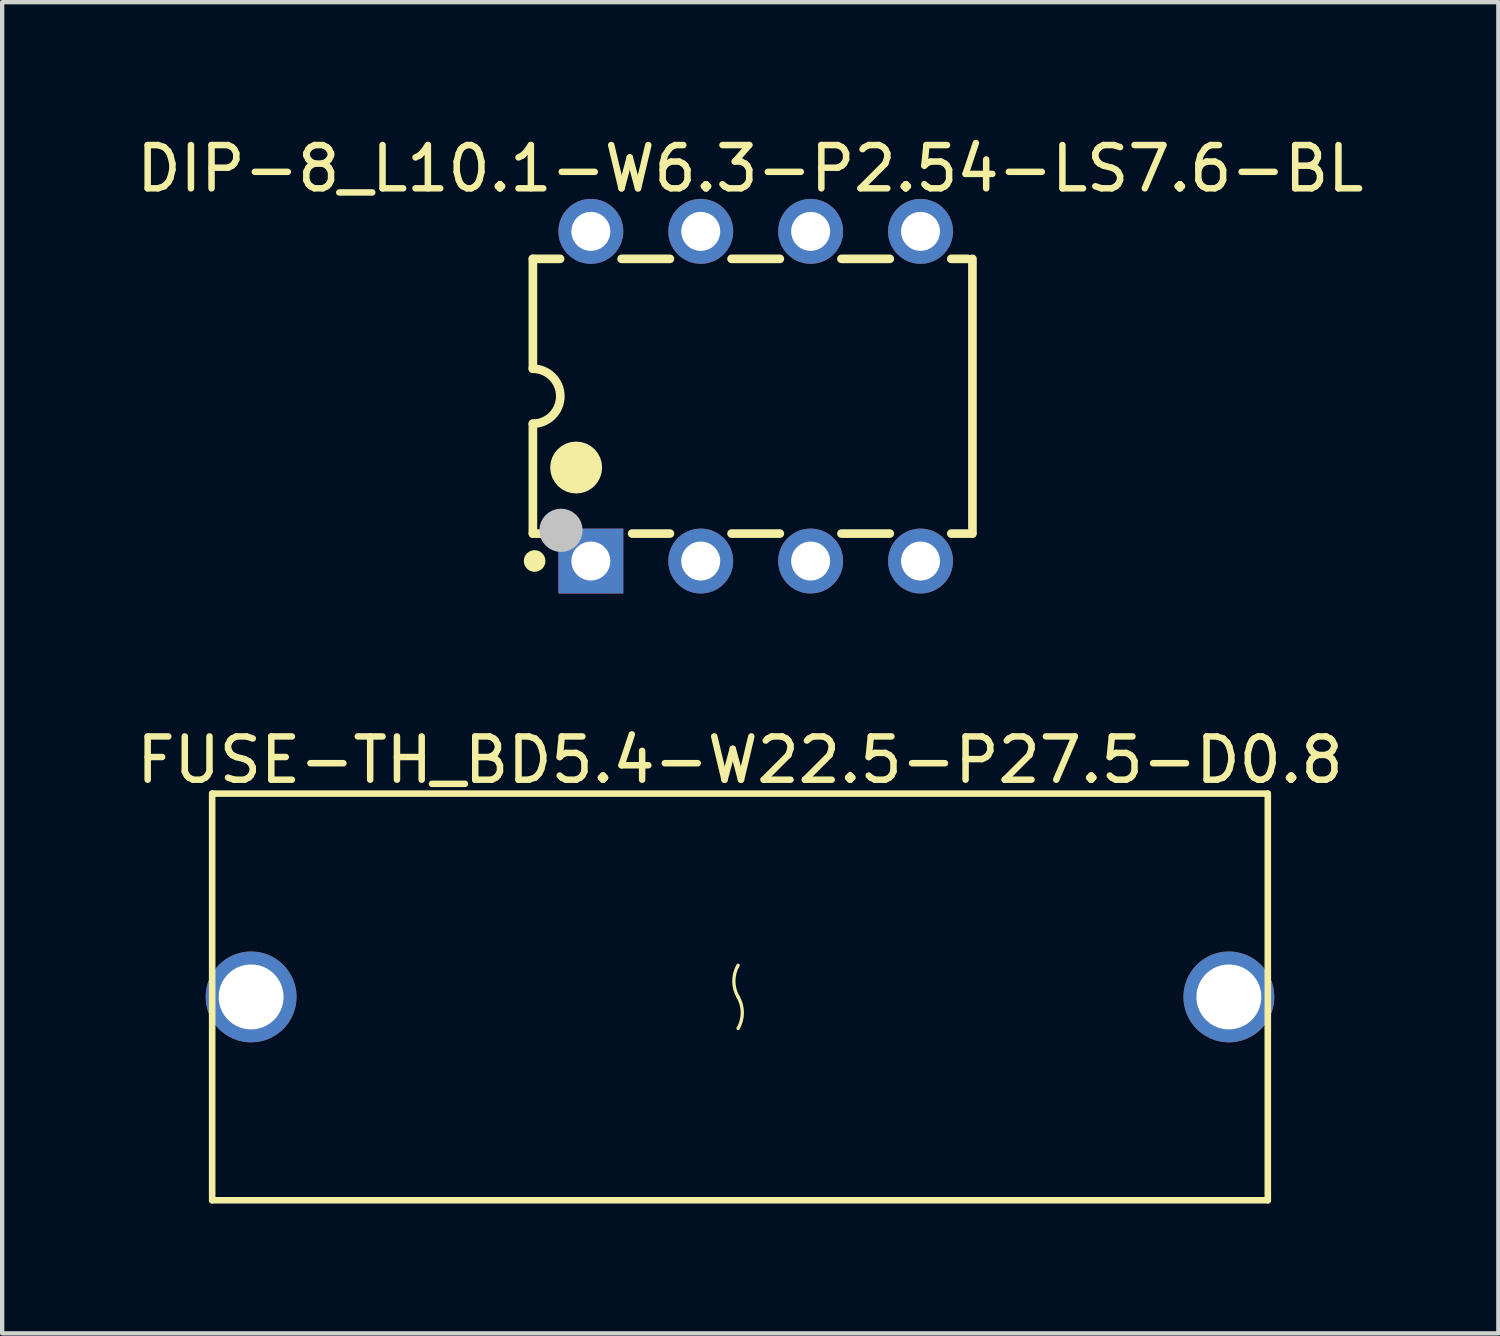
<source format=kicad_pcb>
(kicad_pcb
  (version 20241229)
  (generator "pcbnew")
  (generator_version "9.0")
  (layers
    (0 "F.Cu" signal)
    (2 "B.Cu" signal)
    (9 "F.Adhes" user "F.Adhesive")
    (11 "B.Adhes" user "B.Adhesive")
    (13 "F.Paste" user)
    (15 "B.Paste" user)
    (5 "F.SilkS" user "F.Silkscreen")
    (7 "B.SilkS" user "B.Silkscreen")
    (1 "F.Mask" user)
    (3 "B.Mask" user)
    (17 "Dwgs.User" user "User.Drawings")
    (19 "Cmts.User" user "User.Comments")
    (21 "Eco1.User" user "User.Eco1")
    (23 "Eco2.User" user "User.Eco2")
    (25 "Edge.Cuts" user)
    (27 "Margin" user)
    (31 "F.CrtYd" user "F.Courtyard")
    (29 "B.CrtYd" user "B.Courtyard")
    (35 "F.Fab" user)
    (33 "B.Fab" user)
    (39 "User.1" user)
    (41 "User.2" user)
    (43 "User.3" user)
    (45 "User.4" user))
  (footprint "DIP-8_L10.1-W6.3-P2.54-LS7.6-BL"
    (layer "F.Cu")
    (at 14.417 6.108)
    (property "Reference" "DIP-8_L10.1-W6.3-P2.54-LS7.6-BL" (at -0.125 -5.26 0) (layer "F.SilkS") (effects (font (size 1 1) (thickness 0.15))))
    (fp_line (start -5.15 -3.175) (end -4.521 -3.175) (stroke (width 0.2) (type default)) (layer "F.SilkS"))
    (fp_line (start -5.15 -0.635) (end -5.15 -3.175) (stroke (width 0.2) (type default)) (layer "F.SilkS"))
    (fp_line (start -5.15 3.175) (end -5.15 0.635) (stroke (width 0.2) (type default)) (layer "F.SilkS"))
    (fp_line (start -4.764 3.175) (end -5.15 3.175) (stroke (width 0.2) (type default)) (layer "F.SilkS"))
    (fp_line (start -3.099 -3.175) (end -1.982 -3.175) (stroke (width 0.2) (type default)) (layer "F.SilkS"))
    (fp_line (start -1.982 3.175) (end -2.856 3.175) (stroke (width 0.2) (type default)) (layer "F.SilkS"))
    (fp_line (start -0.558 -3.175) (end 0.558 -3.175) (stroke (width 0.2) (type default)) (layer "F.SilkS"))
    (fp_line (start 0.558 3.175) (end -0.558 3.175) (stroke (width 0.2) (type default)) (layer "F.SilkS"))
    (fp_line (start 1.982 -3.175) (end 3.099 -3.175) (stroke (width 0.2) (type default)) (layer "F.SilkS"))
    (fp_line (start 3.099 3.175) (end 1.982 3.175) (stroke (width 0.2) (type default)) (layer "F.SilkS"))
    (fp_line (start 4.521 -3.175) (end 4.9 -3.175) (stroke (width 0.2) (type default)) (layer "F.SilkS"))
    (fp_line (start 5.004 3.175) (end 4.521 3.175) (stroke (width 0.2) (type default)) (layer "F.SilkS"))
    (fp_line (start 5.01 -3.175) (end 5.01 3.175) (stroke (width 0.2) (type default)) (layer "F.SilkS"))
    (fp_arc (start -5.235 3.8075) (mid -4.984996 3.80825) (end -5.235 3.81) (stroke (width 0.25) (type default)) (layer "F.SilkS"))
    (fp_arc (start -5.151 -0.635) (mid -4.516 0) (end -5.151 0.635) (stroke (width 0.2) (type default)) (layer "F.SilkS"))
    (fp_arc (start -4.45 1.646) (mid -3.84999 1.6485) (end -4.45 1.651) (stroke (width 0.6) (type default)) (layer "F.SilkS"))
    (fp_circle (center -4.5 3.1) (end -4.25 3.1) (stroke (width 0.5) (type default)) (fill no) (layer "Dwgs.User"))
    (fp_poly (pts (xy -4.21 -3.1) (xy -4.21 -4.01) (xy -3.41 -4.01) (xy -3.41 -3.1)) (stroke (width 0.1) (type default)) (fill no) (layer "User.1"))
    (fp_poly (pts (xy -4.21 4) (xy -4.21 3.09) (xy -3.41 3.09) (xy -3.41 4)) (stroke (width 0.1) (type default)) (fill no) (layer "User.1"))
    (fp_poly (pts (xy -1.67 -3.1) (xy -1.67 -4.01) (xy -0.87 -4.01) (xy -0.87 -3.1)) (stroke (width 0.1) (type default)) (fill no) (layer "User.1"))
    (fp_poly (pts (xy -1.67 4) (xy -1.67 3.09) (xy -0.87 3.09) (xy -0.87 4)) (stroke (width 0.1) (type default)) (fill no) (layer "User.1"))
    (fp_poly (pts (xy 0.87 -3.1) (xy 0.87 -4.01) (xy 1.67 -4.01) (xy 1.67 -3.1)) (stroke (width 0.1) (type default)) (fill no) (layer "User.1"))
    (fp_poly (pts (xy 0.87 4) (xy 0.87 3.09) (xy 1.67 3.09) (xy 1.67 4)) (stroke (width 0.1) (type default)) (fill no) (layer "User.1"))
    (fp_poly (pts (xy 3.41 -3.1) (xy 3.41 -4.01) (xy 4.21 -4.01) (xy 4.21 -3.1)) (stroke (width 0.1) (type default)) (fill no) (layer "User.1"))
    (fp_poly (pts (xy 3.41 4) (xy 3.41 3.09) (xy 4.21 3.09) (xy 4.21 4)) (stroke (width 0.1) (type default)) (fill no) (layer "User.1"))
    (fp_poly (pts (xy -3.56 -3.75) (xy -3.579 -3.846) (xy -3.633 -3.927) (xy -3.714 -3.981) (xy -3.81 -4) (xy -3.906 -3.981) (xy -3.987 -3.927) (xy -4.041 -3.846) (xy -4.06 -3.75) (xy -4.041 -3.654) (xy -3.987 -3.573) (xy -3.906 -3.519) (xy -3.81 -3.5) (xy -3.714 -3.519) (xy -3.633 -3.573) (xy -3.579 -3.654)) (stroke (width 0.1) (type default)) (fill no) (layer "User.1"))
    (fp_poly (pts (xy -3.56 3.75) (xy -3.579 3.654) (xy -3.633 3.573) (xy -3.714 3.519) (xy -3.81 3.5) (xy -3.906 3.519) (xy -3.987 3.573) (xy -4.041 3.654) (xy -4.06 3.75) (xy -4.041 3.846) (xy -3.987 3.927) (xy -3.906 3.981) (xy -3.81 4) (xy -3.714 3.981) (xy -3.633 3.927) (xy -3.579 3.846)) (stroke (width 0.1) (type default)) (fill no) (layer "User.1"))
    (fp_poly (pts (xy -1.02 -3.75) (xy -1.039 -3.846) (xy -1.093 -3.927) (xy -1.174 -3.981) (xy -1.27 -4) (xy -1.366 -3.981) (xy -1.447 -3.927) (xy -1.501 -3.846) (xy -1.52 -3.75) (xy -1.501 -3.654) (xy -1.447 -3.573) (xy -1.366 -3.519) (xy -1.27 -3.5) (xy -1.174 -3.519) (xy -1.093 -3.573) (xy -1.039 -3.654)) (stroke (width 0.1) (type default)) (fill no) (layer "User.1"))
    (fp_poly (pts (xy -1.02 3.75) (xy -1.039 3.654) (xy -1.093 3.573) (xy -1.174 3.519) (xy -1.27 3.5) (xy -1.366 3.519) (xy -1.447 3.573) (xy -1.501 3.654) (xy -1.52 3.75) (xy -1.501 3.846) (xy -1.447 3.927) (xy -1.366 3.981) (xy -1.27 4) (xy -1.174 3.981) (xy -1.093 3.927) (xy -1.039 3.846)) (stroke (width 0.1) (type default)) (fill no) (layer "User.1"))
    (fp_poly (pts (xy 1.52 -3.75) (xy 1.501 -3.846) (xy 1.447 -3.927) (xy 1.366 -3.981) (xy 1.27 -4) (xy 1.174 -3.981) (xy 1.093 -3.927) (xy 1.039 -3.846) (xy 1.02 -3.75) (xy 1.039 -3.654) (xy 1.093 -3.573) (xy 1.174 -3.519) (xy 1.27 -3.5) (xy 1.366 -3.519) (xy 1.447 -3.573) (xy 1.501 -3.654)) (stroke (width 0.1) (type default)) (fill no) (layer "User.1"))
    (fp_poly (pts (xy 1.52 3.75) (xy 1.501 3.654) (xy 1.447 3.573) (xy 1.366 3.519) (xy 1.27 3.5) (xy 1.174 3.519) (xy 1.093 3.573) (xy 1.039 3.654) (xy 1.02 3.75) (xy 1.039 3.846) (xy 1.093 3.927) (xy 1.174 3.981) (xy 1.27 4) (xy 1.366 3.981) (xy 1.447 3.927) (xy 1.501 3.846)) (stroke (width 0.1) (type default)) (fill no) (layer "User.1"))
    (fp_poly (pts (xy 4.06 -3.75) (xy 4.041 -3.846) (xy 3.987 -3.927) (xy 3.906 -3.981) (xy 3.81 -4) (xy 3.714 -3.981) (xy 3.633 -3.927) (xy 3.579 -3.846) (xy 3.56 -3.75) (xy 3.579 -3.654) (xy 3.633 -3.573) (xy 3.714 -3.519) (xy 3.81 -3.5) (xy 3.906 -3.519) (xy 3.987 -3.573) (xy 4.041 -3.654)) (stroke (width 0.1) (type default)) (fill no) (layer "User.1"))
    (fp_poly (pts (xy 4.06 3.75) (xy 4.041 3.654) (xy 3.987 3.573) (xy 3.906 3.519) (xy 3.81 3.5) (xy 3.714 3.519) (xy 3.633 3.573) (xy 3.579 3.654) (xy 3.56 3.75) (xy 3.579 3.846) (xy 3.633 3.927) (xy 3.714 3.981) (xy 3.81 4) (xy 3.906 3.981) (xy 3.987 3.927) (xy 4.041 3.846)) (stroke (width 0.1) (type default)) (fill no) (layer "User.1"))
    (fp_line (start -5.05 -3.15) (end 5.05 -3.15) (stroke (width 0.051) (type default)) (layer "User.2"))
    (fp_line (start -5.05 3.15) (end -5.05 -3.15) (stroke (width 0.051) (type default)) (layer "User.2"))
    (fp_line (start 5.05 -3.15) (end 5.05 3.15) (stroke (width 0.051) (type default)) (layer "User.2"))
    (fp_line (start 5.05 3.15) (end -5.05 3.15) (stroke (width 0.051) (type default)) (layer "User.2"))
    (fp_poly (pts (xy -4.99 4) (xy -5.008 3.958) (xy -5.05 3.94) (xy -5.092 3.958) (xy -5.11 4) (xy -5.092 4.042) (xy -5.05 4.06) (xy -5.008 4.042)) (stroke (width 0.1) (type default)) (fill no) (layer "User.3"))
    (pad "1" thru_hole rect (at -3.81 3.81) (size 1.5 1.5) (drill 0.9) (layers "*.Cu" "*.Mask"))
    (pad "2" thru_hole circle (at -1.27 3.81) (size 1.5 1.5) (drill 0.9) (layers "*.Cu" "*.Mask"))
    (pad "3" thru_hole circle (at 1.27 3.81) (size 1.5 1.5) (drill 0.9) (layers "*.Cu" "*.Mask"))
    (pad "4" thru_hole circle (at 3.81 3.81) (size 1.5 1.5) (drill 0.9) (layers "*.Cu" "*.Mask"))
    (pad "5" thru_hole circle (at 3.81 -3.81) (size 1.5 1.5) (drill 0.9) (layers "*.Cu" "*.Mask"))
    (pad "6" thru_hole circle (at 1.27 -3.81) (size 1.5 1.5) (drill 0.9) (layers "*.Cu" "*.Mask"))
    (pad "7" thru_hole circle (at -1.27 -3.81) (size 1.5 1.5) (drill 0.9) (layers "*.Cu" "*.Mask"))
    (pad "8" thru_hole circle (at -3.81 -3.81) (size 1.5 1.5) (drill 0.9) (layers "*.Cu" "*.Mask")))
  (footprint "FUSE-TH_BD5.4-W22.5-P27.5-D0.8"
    (layer "F.Cu")
    (at 14.054 19.993)
    (property "Reference" "FUSE-TH_BD5.4-W22.5-P27.5-D0.8" (at 0 -5.476 0) (layer "F.SilkS") (effects (font (size 1 1) (thickness 0.15))))
    (fp_line (start -12.2 -4.7) (end -12.2 4.7) (stroke (width 0.152) (type default)) (layer "F.SilkS"))
    (fp_line (start -12.2 -4.7) (end 12.2 -4.7) (stroke (width 0.152) (type default)) (layer "F.SilkS"))
    (fp_line (start -12.2 4.7) (end 12.2 4.7) (stroke (width 0.152) (type default)) (layer "F.SilkS"))
    (fp_line (start 12.2 -4.7) (end 12.2 4.7) (stroke (width 0.152) (type default)) (layer "F.SilkS"))
    (fp_arc (start -0.044 -0.001) (mid -0.141944 -0.3665) (end -0.044 -0.732) (stroke (width 0.076) (type default)) (layer "F.SilkS"))
    (fp_arc (start -0.044 -0.001) (mid 0.053944 0.3645) (end -0.044 0.73) (stroke (width 0.076) (type default)) (layer "F.SilkS"))
    (fp_poly (pts (xy -11.884 0.426) (xy -9.374 0.426) (xy -9.374 -0.374) (xy -11.884 -0.374)) (stroke (width 0.1) (type default)) (fill no) (layer "User.1"))
    (fp_poly (pts (xy 11.669 0.399) (xy 9.159 0.399) (xy 9.159 -0.401) (xy 11.669 -0.401)) (stroke (width 0.1) (type default)) (fill no) (layer "User.1"))
    (fp_poly (pts (xy -11.089 0.126) (xy -11.109 0.002) (xy -11.165 -0.109) (xy -11.254 -0.198) (xy -11.365 -0.254) (xy -11.489 -0.274) (xy -11.613 -0.254) (xy -11.724 -0.198) (xy -11.813 -0.109) (xy -11.869 0.002) (xy -11.889 0.126) (xy -11.869 0.25) (xy -11.813 0.361) (xy -11.724 0.45) (xy -11.613 0.506) (xy -11.489 0.526) (xy -11.365 0.506) (xy -11.254 0.45) (xy -11.165 0.361) (xy -11.109 0.25)) (stroke (width 0.1) (type default)) (fill no) (layer "User.1"))
    (fp_poly (pts (xy 11.674 -0.001) (xy 11.654 -0.125) (xy 11.598 -0.236) (xy 11.509 -0.325) (xy 11.398 -0.381) (xy 11.274 -0.401) (xy 11.15 -0.381) (xy 11.039 -0.325) (xy 10.95 -0.236) (xy 10.894 -0.125) (xy 10.874 -0.001) (xy 10.894 0.123) (xy 10.95 0.234) (xy 11.039 0.323) (xy 11.15 0.379) (xy 11.274 0.399) (xy 11.398 0.379) (xy 11.509 0.323) (xy 11.598 0.234) (xy 11.654 0.123)) (stroke (width 0.1) (type default)) (fill no) (layer "User.1"))
    (fp_poly (pts (xy -11.829 2.826) (xy -11.847 2.784) (xy -11.889 2.766) (xy -11.931 2.784) (xy -11.949 2.826) (xy -11.931 2.868) (xy -11.889 2.886) (xy -11.847 2.868)) (stroke (width 0.1) (type default)) (fill no) (layer "User.3"))
    (pad "1" thru_hole circle (at -11.3 0) (size 2.1 2.1) (drill 1.5) (layers "*.Cu" "*.Mask"))
    (pad "2" thru_hole circle (at 11.3 0 180) (size 2.1 2.1) (drill 1.5) (layers "*.Cu" "*.Mask")))
  (gr_rect
    (start -3 -3)
    (end 31.583 27.769)
    (stroke (width 0.1) (type default))
    (fill no)
    (layer "Edge.Cuts")))
</source>
